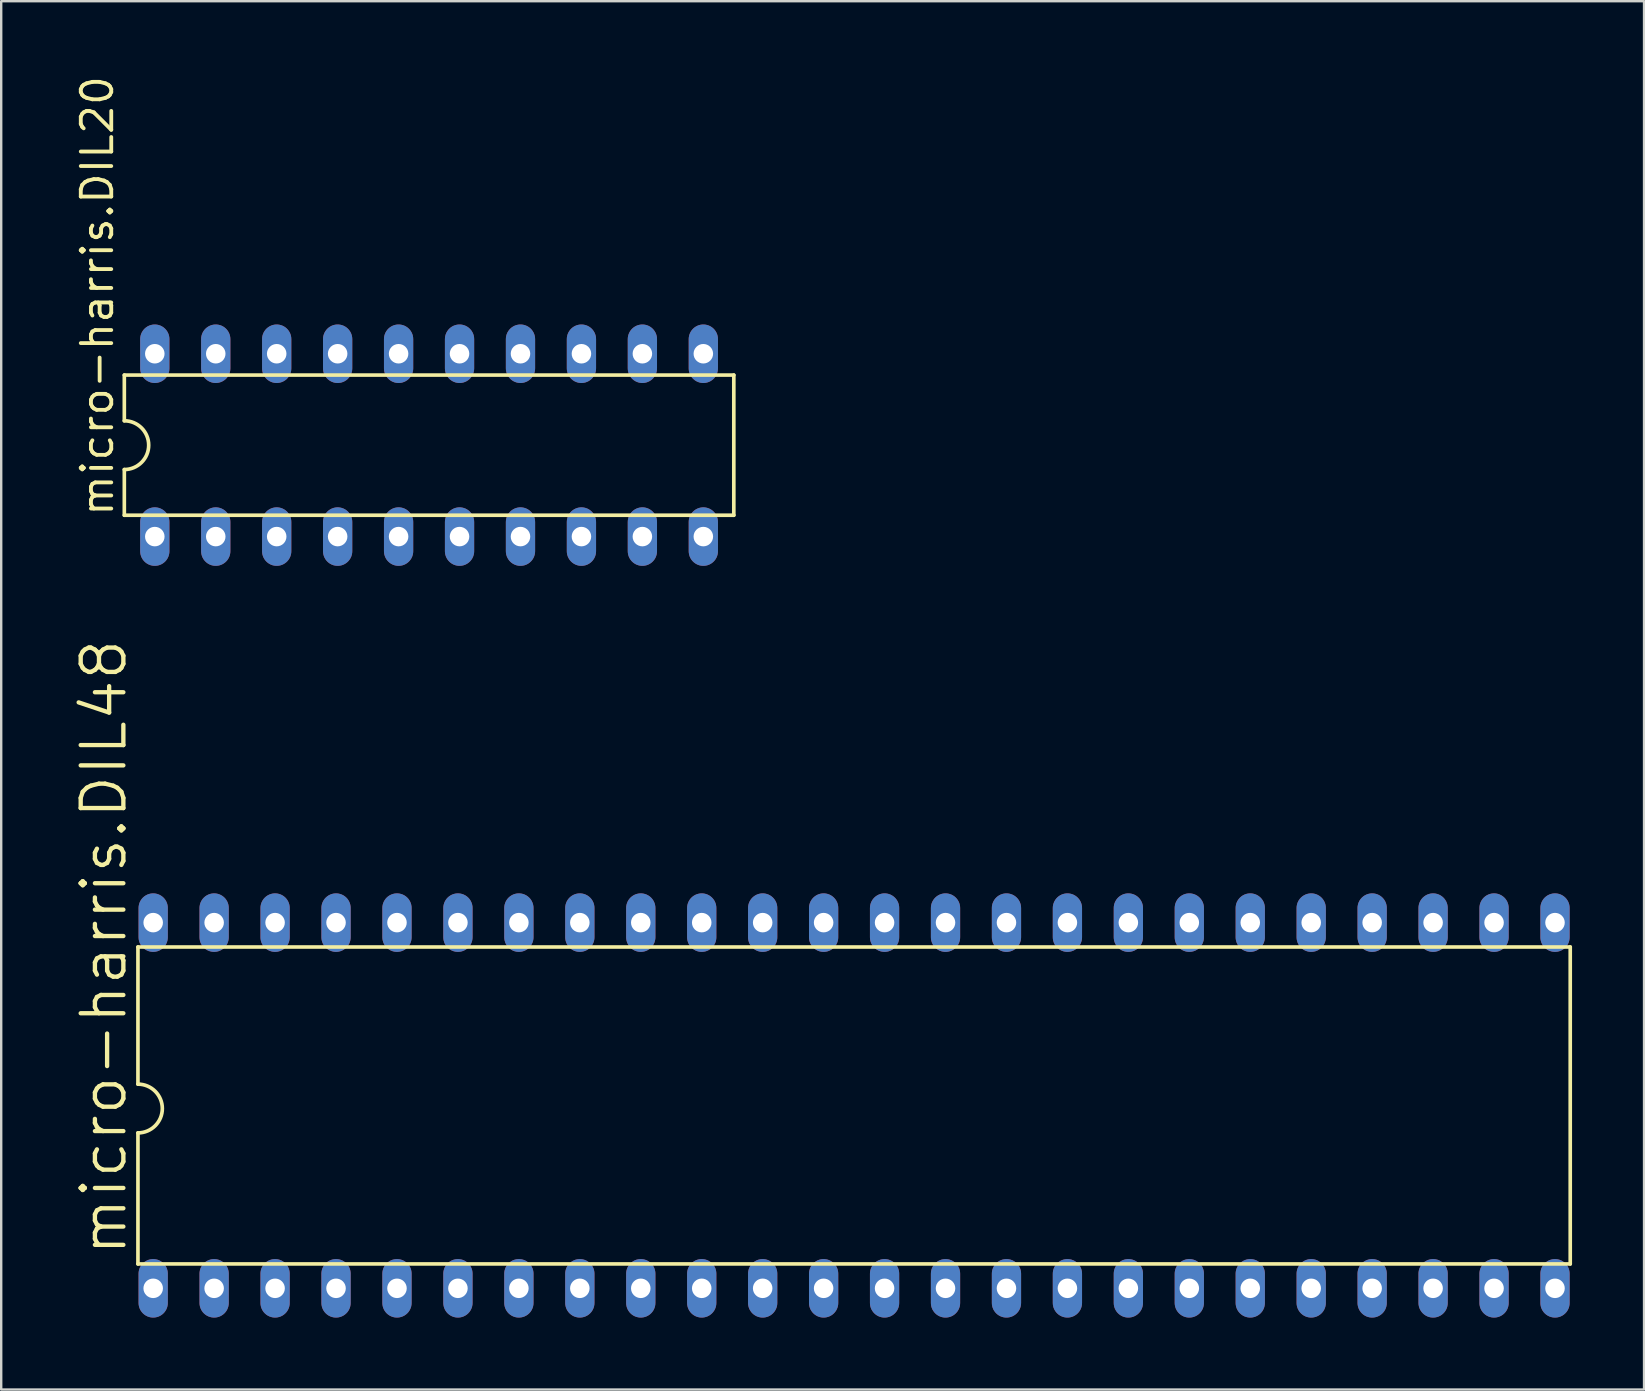
<source format=kicad_pcb>
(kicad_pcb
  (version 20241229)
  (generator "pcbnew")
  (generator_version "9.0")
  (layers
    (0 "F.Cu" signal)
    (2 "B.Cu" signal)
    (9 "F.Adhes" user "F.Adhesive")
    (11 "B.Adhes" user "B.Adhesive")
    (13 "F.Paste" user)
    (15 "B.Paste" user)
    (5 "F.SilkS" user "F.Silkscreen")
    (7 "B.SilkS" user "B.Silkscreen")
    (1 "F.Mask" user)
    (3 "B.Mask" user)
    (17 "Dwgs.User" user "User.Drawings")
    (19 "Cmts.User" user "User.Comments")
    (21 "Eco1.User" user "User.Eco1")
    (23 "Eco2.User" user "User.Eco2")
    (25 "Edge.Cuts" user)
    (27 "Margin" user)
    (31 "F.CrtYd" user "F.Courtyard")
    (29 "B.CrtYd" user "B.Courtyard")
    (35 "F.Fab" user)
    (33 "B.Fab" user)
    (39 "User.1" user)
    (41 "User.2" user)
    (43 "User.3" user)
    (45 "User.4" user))
  (footprint "micro-harris.DIL48"
    (layer "F.Cu")
    (at 32.544 43.02)
    (property "Reference" "micro-harris.DIL48" (at -30.226 6.35 90) (layer "F.SilkS") (effects (font (size 1.778 1.778) (thickness 0.18)) (justify left bottom)))
    (attr through_hole)
    (fp_line (start -29.845 -6.604) (end -29.845 -0.889) (stroke (width 0.152) (type default)) (layer "F.SilkS"))
    (fp_line (start -29.845 6.604) (end -29.845 1.143) (stroke (width 0.152) (type default)) (layer "F.SilkS"))
    (fp_line (start -29.845 6.604) (end 29.845 6.604) (stroke (width 0.152) (type default)) (layer "F.SilkS"))
    (fp_line (start 29.845 -6.604) (end -29.845 -6.604) (stroke (width 0.152) (type default)) (layer "F.SilkS"))
    (fp_line (start 29.845 6.604) (end 29.845 -6.604) (stroke (width 0.152) (type default)) (layer "F.SilkS"))
    (fp_arc (start -29.845 -0.889) (mid -28.829 0.127) (end -29.845 1.143) (stroke (width 0.1524) (type default)) (layer "F.SilkS"))
    (pad "1" thru_hole oval (at -29.21 7.62 90) (size 2.438 1.219) (drill 0.813) (layers "*.Cu" "*.Mask"))
    (pad "2" thru_hole oval (at -26.67 7.62 90) (size 2.438 1.219) (drill 0.813) (layers "*.Cu" "*.Mask"))
    (pad "3" thru_hole oval (at -24.13 7.62 90) (size 2.438 1.219) (drill 0.813) (layers "*.Cu" "*.Mask"))
    (pad "4" thru_hole oval (at -21.59 7.62 90) (size 2.438 1.219) (drill 0.813) (layers "*.Cu" "*.Mask"))
    (pad "5" thru_hole oval (at -19.05 7.62 90) (size 2.438 1.219) (drill 0.813) (layers "*.Cu" "*.Mask"))
    (pad "6" thru_hole oval (at -16.51 7.62 90) (size 2.438 1.219) (drill 0.813) (layers "*.Cu" "*.Mask"))
    (pad "7" thru_hole oval (at -13.97 7.62 90) (size 2.438 1.219) (drill 0.813) (layers "*.Cu" "*.Mask"))
    (pad "8" thru_hole oval (at -11.43 7.62 90) (size 2.438 1.219) (drill 0.813) (layers "*.Cu" "*.Mask"))
    (pad "9" thru_hole oval (at -8.89 7.62 90) (size 2.438 1.219) (drill 0.813) (layers "*.Cu" "*.Mask"))
    (pad "10" thru_hole oval (at -6.35 7.62 90) (size 2.438 1.219) (drill 0.813) (layers "*.Cu" "*.Mask"))
    (pad "11" thru_hole oval (at -3.81 7.62 90) (size 2.438 1.219) (drill 0.813) (layers "*.Cu" "*.Mask"))
    (pad "12" thru_hole oval (at -1.27 7.62 90) (size 2.438 1.219) (drill 0.813) (layers "*.Cu" "*.Mask"))
    (pad "13" thru_hole oval (at 1.27 7.62 90) (size 2.438 1.219) (drill 0.813) (layers "*.Cu" "*.Mask"))
    (pad "14" thru_hole oval (at 3.81 7.62 90) (size 2.438 1.219) (drill 0.813) (layers "*.Cu" "*.Mask"))
    (pad "15" thru_hole oval (at 6.35 7.62 90) (size 2.438 1.219) (drill 0.813) (layers "*.Cu" "*.Mask"))
    (pad "16" thru_hole oval (at 8.89 7.62 90) (size 2.438 1.219) (drill 0.813) (layers "*.Cu" "*.Mask"))
    (pad "17" thru_hole oval (at 11.43 7.62 90) (size 2.438 1.219) (drill 0.813) (layers "*.Cu" "*.Mask"))
    (pad "18" thru_hole oval (at 13.97 7.62 90) (size 2.438 1.219) (drill 0.813) (layers "*.Cu" "*.Mask"))
    (pad "19" thru_hole oval (at 16.51 7.62 90) (size 2.438 1.219) (drill 0.813) (layers "*.Cu" "*.Mask"))
    (pad "20" thru_hole oval (at 19.05 7.62 90) (size 2.438 1.219) (drill 0.813) (layers "*.Cu" "*.Mask"))
    (pad "21" thru_hole oval (at 21.59 7.62 90) (size 2.438 1.219) (drill 0.813) (layers "*.Cu" "*.Mask"))
    (pad "22" thru_hole oval (at 24.13 7.62 90) (size 2.438 1.219) (drill 0.813) (layers "*.Cu" "*.Mask"))
    (pad "23" thru_hole oval (at 26.67 7.62 90) (size 2.438 1.219) (drill 0.813) (layers "*.Cu" "*.Mask"))
    (pad "24" thru_hole oval (at 29.21 7.62 90) (size 2.438 1.219) (drill 0.813) (layers "*.Cu" "*.Mask"))
    (pad "25" thru_hole oval (at 29.21 -7.62 90) (size 2.438 1.219) (drill 0.813) (layers "*.Cu" "*.Mask"))
    (pad "26" thru_hole oval (at 26.67 -7.62 90) (size 2.438 1.219) (drill 0.813) (layers "*.Cu" "*.Mask"))
    (pad "27" thru_hole oval (at 24.13 -7.62 90) (size 2.438 1.219) (drill 0.813) (layers "*.Cu" "*.Mask"))
    (pad "28" thru_hole oval (at 21.59 -7.62 90) (size 2.438 1.219) (drill 0.813) (layers "*.Cu" "*.Mask"))
    (pad "29" thru_hole oval (at 19.05 -7.62 90) (size 2.438 1.219) (drill 0.813) (layers "*.Cu" "*.Mask"))
    (pad "30" thru_hole oval (at 16.51 -7.62 90) (size 2.438 1.219) (drill 0.813) (layers "*.Cu" "*.Mask"))
    (pad "31" thru_hole oval (at 13.97 -7.62 90) (size 2.438 1.219) (drill 0.813) (layers "*.Cu" "*.Mask"))
    (pad "32" thru_hole oval (at 11.43 -7.62 90) (size 2.438 1.219) (drill 0.813) (layers "*.Cu" "*.Mask"))
    (pad "33" thru_hole oval (at 8.89 -7.62 90) (size 2.438 1.219) (drill 0.813) (layers "*.Cu" "*.Mask"))
    (pad "34" thru_hole oval (at 6.35 -7.62 90) (size 2.438 1.219) (drill 0.813) (layers "*.Cu" "*.Mask"))
    (pad "35" thru_hole oval (at 3.81 -7.62 90) (size 2.438 1.219) (drill 0.813) (layers "*.Cu" "*.Mask"))
    (pad "36" thru_hole oval (at 1.27 -7.62 90) (size 2.438 1.219) (drill 0.813) (layers "*.Cu" "*.Mask"))
    (pad "37" thru_hole oval (at -1.27 -7.62 90) (size 2.438 1.219) (drill 0.813) (layers "*.Cu" "*.Mask"))
    (pad "38" thru_hole oval (at -3.81 -7.62 90) (size 2.438 1.219) (drill 0.813) (layers "*.Cu" "*.Mask"))
    (pad "39" thru_hole oval (at -6.35 -7.62 90) (size 2.438 1.219) (drill 0.813) (layers "*.Cu" "*.Mask"))
    (pad "40" thru_hole oval (at -8.89 -7.62 90) (size 2.438 1.219) (drill 0.813) (layers "*.Cu" "*.Mask"))
    (pad "41" thru_hole oval (at -11.43 -7.62 90) (size 2.438 1.219) (drill 0.813) (layers "*.Cu" "*.Mask"))
    (pad "42" thru_hole oval (at -13.97 -7.62 90) (size 2.438 1.219) (drill 0.813) (layers "*.Cu" "*.Mask"))
    (pad "43" thru_hole oval (at -16.51 -7.62 90) (size 2.438 1.219) (drill 0.813) (layers "*.Cu" "*.Mask"))
    (pad "44" thru_hole oval (at -19.05 -7.62 90) (size 2.438 1.219) (drill 0.813) (layers "*.Cu" "*.Mask"))
    (pad "45" thru_hole oval (at -21.59 -7.62 90) (size 2.438 1.219) (drill 0.813) (layers "*.Cu" "*.Mask"))
    (pad "46" thru_hole oval (at -24.13 -7.62 90) (size 2.438 1.219) (drill 0.813) (layers "*.Cu" "*.Mask"))
    (pad "47" thru_hole oval (at -26.67 -7.62 90) (size 2.438 1.219) (drill 0.813) (layers "*.Cu" "*.Mask"))
    (pad "48" thru_hole oval (at -29.21 -7.62 90) (size 2.438 1.219) (drill 0.813) (layers "*.Cu" "*.Mask")))
  (footprint "micro-harris.DIL20"
    (layer "F.Cu")
    (at 14.831 15.502)
    (property "Reference" "micro-harris.DIL20" (at -13.081 3.048 90) (layer "F.SilkS") (effects (font (size 1.27 1.27) (thickness 0.16)) (justify left bottom)))
    (attr through_hole)
    (fp_line (start -12.7 -2.921) (end -12.7 -1.016) (stroke (width 0.152) (type default)) (layer "F.SilkS"))
    (fp_line (start -12.7 2.921) (end -12.7 1.016) (stroke (width 0.152) (type default)) (layer "F.SilkS"))
    (fp_line (start -12.7 2.921) (end 12.7 2.921) (stroke (width 0.152) (type default)) (layer "F.SilkS"))
    (fp_line (start 12.7 -2.921) (end -12.7 -2.921) (stroke (width 0.152) (type default)) (layer "F.SilkS"))
    (fp_line (start 12.7 -2.921) (end 12.7 2.921) (stroke (width 0.152) (type default)) (layer "F.SilkS"))
    (fp_arc (start -12.7 -1.016) (mid -11.684 0) (end -12.7 1.016) (stroke (width 0.1524) (type default)) (layer "F.SilkS"))
    (pad "1" thru_hole oval (at -11.43 3.81 90) (size 2.438 1.219) (drill 0.813) (layers "*.Cu" "*.Mask"))
    (pad "2" thru_hole oval (at -8.89 3.81 90) (size 2.438 1.219) (drill 0.813) (layers "*.Cu" "*.Mask"))
    (pad "3" thru_hole oval (at -6.35 3.81 90) (size 2.438 1.219) (drill 0.813) (layers "*.Cu" "*.Mask"))
    (pad "4" thru_hole oval (at -3.81 3.81 90) (size 2.438 1.219) (drill 0.813) (layers "*.Cu" "*.Mask"))
    (pad "5" thru_hole oval (at -1.27 3.81 90) (size 2.438 1.219) (drill 0.813) (layers "*.Cu" "*.Mask"))
    (pad "6" thru_hole oval (at 1.27 3.81 90) (size 2.438 1.219) (drill 0.813) (layers "*.Cu" "*.Mask"))
    (pad "7" thru_hole oval (at 3.81 3.81 90) (size 2.438 1.219) (drill 0.813) (layers "*.Cu" "*.Mask"))
    (pad "8" thru_hole oval (at 6.35 3.81 90) (size 2.438 1.219) (drill 0.813) (layers "*.Cu" "*.Mask"))
    (pad "9" thru_hole oval (at 8.89 3.81 90) (size 2.438 1.219) (drill 0.813) (layers "*.Cu" "*.Mask"))
    (pad "10" thru_hole oval (at 11.43 3.81 90) (size 2.438 1.219) (drill 0.813) (layers "*.Cu" "*.Mask"))
    (pad "11" thru_hole oval (at 11.43 -3.81 90) (size 2.438 1.219) (drill 0.813) (layers "*.Cu" "*.Mask"))
    (pad "12" thru_hole oval (at 8.89 -3.81 90) (size 2.438 1.219) (drill 0.813) (layers "*.Cu" "*.Mask"))
    (pad "13" thru_hole oval (at 6.35 -3.81 90) (size 2.438 1.219) (drill 0.813) (layers "*.Cu" "*.Mask"))
    (pad "14" thru_hole oval (at 3.81 -3.81 90) (size 2.438 1.219) (drill 0.813) (layers "*.Cu" "*.Mask"))
    (pad "15" thru_hole oval (at 1.27 -3.81 90) (size 2.438 1.219) (drill 0.813) (layers "*.Cu" "*.Mask"))
    (pad "16" thru_hole oval (at -1.27 -3.81 90) (size 2.438 1.219) (drill 0.813) (layers "*.Cu" "*.Mask"))
    (pad "17" thru_hole oval (at -3.81 -3.81 90) (size 2.438 1.219) (drill 0.813) (layers "*.Cu" "*.Mask"))
    (pad "18" thru_hole oval (at -6.35 -3.81 90) (size 2.438 1.219) (drill 0.813) (layers "*.Cu" "*.Mask"))
    (pad "19" thru_hole oval (at -8.89 -3.81 90) (size 2.438 1.219) (drill 0.813) (layers "*.Cu" "*.Mask"))
    (pad "20" thru_hole oval (at -11.43 -3.81 90) (size 2.438 1.219) (drill 0.813) (layers "*.Cu" "*.Mask")))
  (gr_rect
    (start -3 -3)
    (end 65.465 54.859)
    (stroke (width 0.1) (type default))
    (fill no)
    (layer "Edge.Cuts")))
</source>
